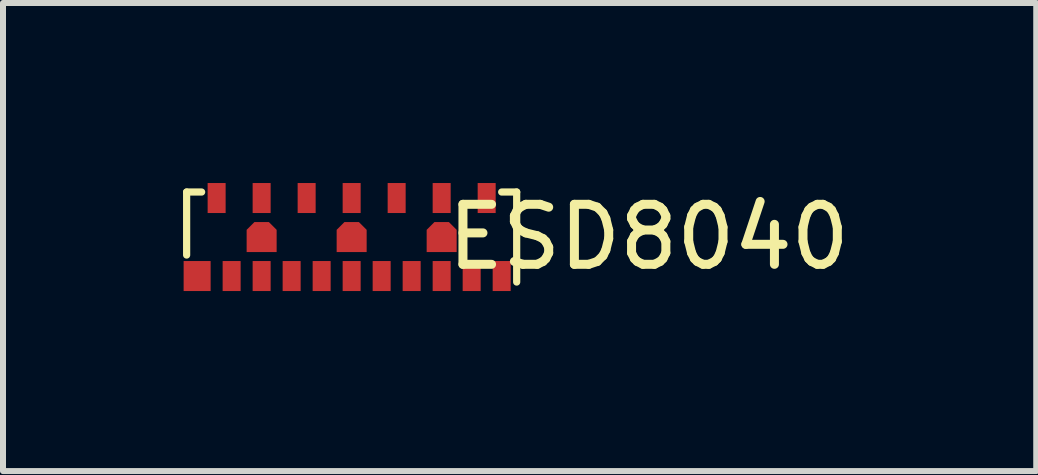
<source format=kicad_pcb>
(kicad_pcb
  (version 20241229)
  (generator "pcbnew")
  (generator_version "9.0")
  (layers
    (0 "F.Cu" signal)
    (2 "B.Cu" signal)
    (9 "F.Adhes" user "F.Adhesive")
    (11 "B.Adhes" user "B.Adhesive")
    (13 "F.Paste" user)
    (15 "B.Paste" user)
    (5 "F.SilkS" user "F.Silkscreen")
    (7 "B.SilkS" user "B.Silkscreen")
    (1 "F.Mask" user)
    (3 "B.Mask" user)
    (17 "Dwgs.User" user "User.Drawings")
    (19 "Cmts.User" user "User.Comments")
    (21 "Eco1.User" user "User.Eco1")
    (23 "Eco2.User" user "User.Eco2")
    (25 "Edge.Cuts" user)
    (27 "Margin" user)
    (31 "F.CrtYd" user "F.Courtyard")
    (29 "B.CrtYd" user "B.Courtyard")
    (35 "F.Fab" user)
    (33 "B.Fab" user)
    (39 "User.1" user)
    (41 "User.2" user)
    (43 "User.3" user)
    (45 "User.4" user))
  (footprint "ESD8040"
    (layer "F.Cu")
    (at 2.81 0.9)
    (property "Reference" "ESD8040" (at 4.95 0 0) (layer "F.SilkS") (effects (font (size 1 1) (thickness 0.15))))
    (attr through_hole)
    (fp_line (start -2.75 -0.75) (end -2.75 0.3) (stroke (width 0.12) (type solid)) (layer "F.SilkS"))
    (fp_line (start -2.75 -0.75) (end -2.5 -0.75) (stroke (width 0.12) (type solid)) (layer "F.SilkS"))
    (fp_line (start 2.75 -0.75) (end 2.5 -0.75) (stroke (width 0.12) (type solid)) (layer "F.SilkS"))
    (fp_line (start 2.75 -0.75) (end 2.75 0.75) (stroke (width 0.12) (type solid)) (layer "F.SilkS"))
    (pad "1" smd rect (at -2.575 0.65) (size 0.45 0.5) (layers "F.Cu" "F.Mask" "F.Paste"))
    (pad "2" smd rect (at -2 0.65) (size 0.3 0.5) (layers "F.Cu" "F.Mask" "F.Paste"))
    (pad "3" smd rect (at -1.5 0.65) (size 0.3 0.5) (layers "F.Cu" "F.Mask" "F.Paste"))
    (pad "4" smd rect (at -1 0.65) (size 0.3 0.5) (layers "F.Cu" "F.Mask" "F.Paste"))
    (pad "5" smd rect (at -0.5 0.65) (size 0.3 0.5) (layers "F.Cu" "F.Mask" "F.Paste"))
    (pad "6" smd rect (at 0 0.65) (size 0.3 0.5) (layers "F.Cu" "F.Mask" "F.Paste"))
    (pad "7" smd rect (at 0.5 0.65) (size 0.3 0.5) (layers "F.Cu" "F.Mask" "F.Paste"))
    (pad "8" smd rect (at 1 0.65) (size 0.3 0.5) (layers "F.Cu" "F.Mask" "F.Paste"))
    (pad "9" smd rect (at 1.5 0.65) (size 0.3 0.5) (layers "F.Cu" "F.Mask" "F.Paste"))
    (pad "10" smd rect (at 2 0.65) (size 0.3 0.5) (layers "F.Cu" "F.Mask" "F.Paste"))
    (pad "11" smd rect (at 2.5 0.65) (size 0.3 0.5) (layers "F.Cu" "F.Mask" "F.Paste"))
    (pad "12" smd rect (at 2.25 -0.65) (size 0.3 0.5) (layers "F.Cu" "F.Mask" "F.Paste"))
    (pad "13" smd rect (at 1.5 -0.65) (size 0.3 0.5) (layers "F.Cu" "F.Mask" "F.Paste"))
    (pad "14" smd rect (at 0.75 -0.65) (size 0.3 0.5) (layers "F.Cu" "F.Mask" "F.Paste"))
    (pad "15" smd rect (at 0 -0.65) (size 0.3 0.5) (layers "F.Cu" "F.Mask" "F.Paste"))
    (pad "16" smd rect (at -0.75 -0.65) (size 0.3 0.5) (layers "F.Cu" "F.Mask" "F.Paste"))
    (pad "17" smd rect (at -1.5 -0.65) (size 0.3 0.5) (layers "F.Cu" "F.Mask" "F.Paste"))
    (pad "18" smd rect (at -2.25 -0.65) (size 0.3 0.5) (layers "F.Cu" "F.Mask" "F.Paste"))
    (pad "19" smd custom (at -1.5 0) (size 0.3 0.3) (layers "F.Cu" "F.Mask" "F.Paste") (options (anchor rect)) (primitives (gr_poly (pts (xy -0.25 0.25) (xy 0.25 0.25) (xy 0.25 -0.12) (xy 0.12 -0.25) (xy -0.12 -0.25) (xy -0.25 -0.12)) (width 0) (fill yes))))
    (pad "20" smd custom (at 0 0) (size 0.3 0.3) (layers "F.Cu" "F.Mask" "F.Paste") (options (anchor rect)) (primitives (gr_poly (pts (xy -0.25 0.25) (xy 0.25 0.25) (xy 0.25 -0.12) (xy 0.12 -0.25) (xy -0.12 -0.25) (xy -0.25 -0.12)) (width 0) (fill yes))))
    (pad "21" smd custom (at 1.5 0) (size 0.3 0.3) (layers "F.Cu" "F.Mask" "F.Paste") (options (anchor rect)) (primitives (gr_poly (pts (xy -0.25 0.25) (xy 0.25 0.25) (xy 0.25 -0.12) (xy 0.12 -0.25) (xy -0.12 -0.25) (xy -0.25 -0.12)) (width 0) (fill yes)))))
  (gr_rect
    (start -3 -3)
    (end 14.218 4.8)
    (stroke (width 0.1) (type default))
    (fill no)
    (layer "Edge.Cuts")))
</source>
